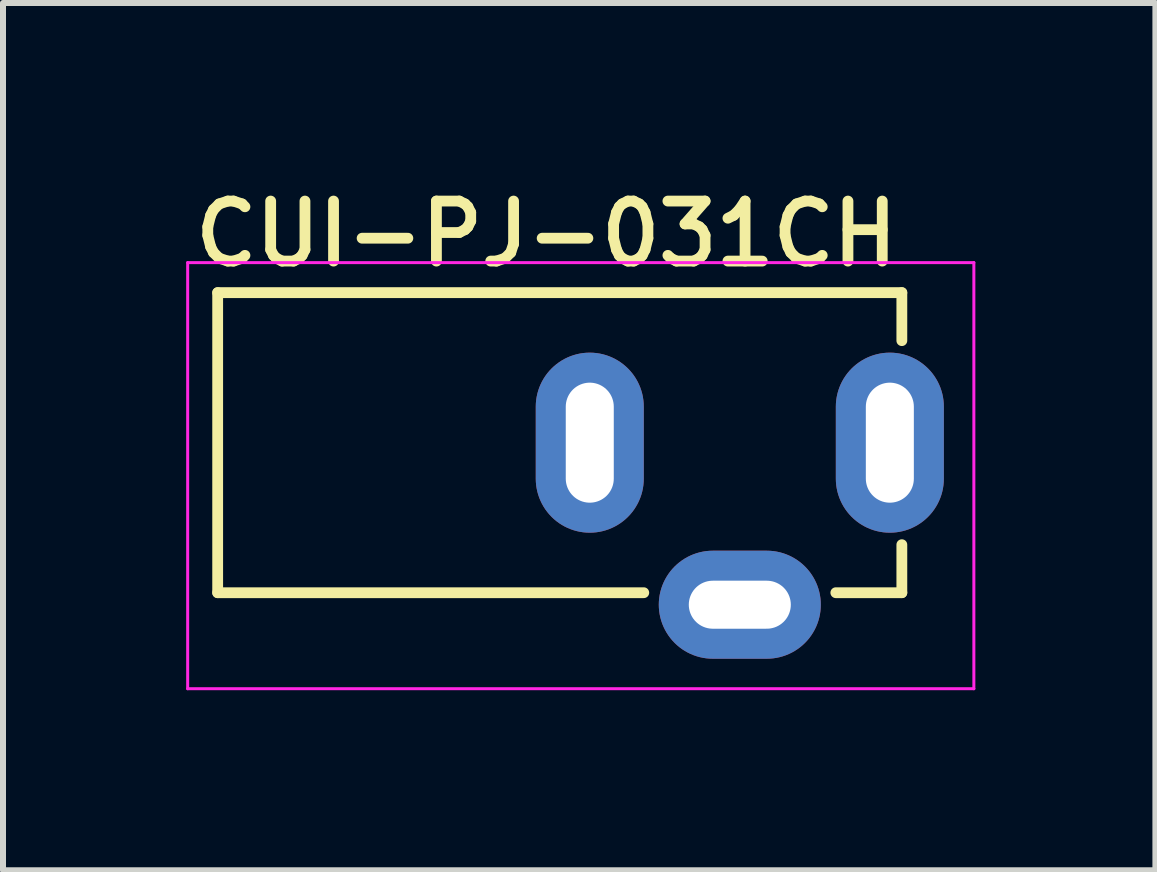
<source format=kicad_pcb>
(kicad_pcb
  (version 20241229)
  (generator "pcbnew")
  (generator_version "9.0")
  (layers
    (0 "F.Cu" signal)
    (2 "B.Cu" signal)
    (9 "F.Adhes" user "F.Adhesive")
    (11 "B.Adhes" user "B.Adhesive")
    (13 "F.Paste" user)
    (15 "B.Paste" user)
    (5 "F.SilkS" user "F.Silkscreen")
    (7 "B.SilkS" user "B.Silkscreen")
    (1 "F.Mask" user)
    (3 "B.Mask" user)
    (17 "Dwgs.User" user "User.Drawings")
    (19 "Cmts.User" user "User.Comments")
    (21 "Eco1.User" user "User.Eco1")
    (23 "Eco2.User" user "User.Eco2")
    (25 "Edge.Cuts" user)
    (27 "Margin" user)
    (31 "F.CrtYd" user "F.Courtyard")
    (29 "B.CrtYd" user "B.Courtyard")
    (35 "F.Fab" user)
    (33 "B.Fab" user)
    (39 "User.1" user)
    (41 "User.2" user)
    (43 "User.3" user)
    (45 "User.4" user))
  (footprint "CUI-PJ-031CH"
    (layer "F.Cu")
    (at 0.577 4.326)
    (property "Reference" "CUI-PJ-031CH" (at 11.43 -4.064 0) (layer "F.SilkS") (effects (font (size 1 1) (thickness 0.18)) (justify right top)))
    (attr through_hole)
    (fp_line (start 0 -2.5) (end 11.4 -2.5) (stroke (width 0.18) (type solid)) (layer "F.SilkS"))
    (fp_line (start 0 2.5) (end 0 -2.5) (stroke (width 0.18) (type solid)) (layer "F.SilkS"))
    (fp_line (start 7.1 2.5) (end 0 2.5) (stroke (width 0.18) (type solid)) (layer "F.SilkS"))
    (fp_line (start 11.4 -2.5) (end 11.4 -1.7) (stroke (width 0.18) (type solid)) (layer "F.SilkS"))
    (fp_line (start 11.4 2.5) (end 10.3 2.5) (stroke (width 0.18) (type solid)) (layer "F.SilkS"))
    (fp_line (start 11.4 2.5) (end 11.4 1.7) (stroke (width 0.18) (type solid)) (layer "F.SilkS"))
    (fp_line (start -0.5 -3) (end 12.6 -3) (stroke (width 0.05) (type solid)) (layer "F.CrtYd"))
    (fp_line (start -0.5 4.1) (end -0.5 -3) (stroke (width 0.05) (type solid)) (layer "F.CrtYd"))
    (fp_line (start 12.6 -3) (end 12.6 4.1) (stroke (width 0.05) (type solid)) (layer "F.CrtYd"))
    (fp_line (start 12.6 4.1) (end -0.5 4.1) (stroke (width 0.05) (type solid)) (layer "F.CrtYd"))
    (pad "1" thru_hole oval (at 11.2 0 90) (size 3 1.8) (drill oval 2 0.8) (layers "*.Cu" "*.Mask"))
    (pad "2" thru_hole oval (at 6.2 0 90) (size 3 1.8) (drill oval 2 0.8) (layers "*.Cu" "*.Mask"))
    (pad "3" thru_hole oval (at 8.7 2.7) (size 2.7 1.8) (drill oval 1.7 0.8) (layers "*.Cu" "*.Mask")))
  (gr_rect
    (start -3 -3)
    (end 16.202 11.451)
    (stroke (width 0.1) (type default))
    (fill no)
    (layer "Edge.Cuts")))
</source>
